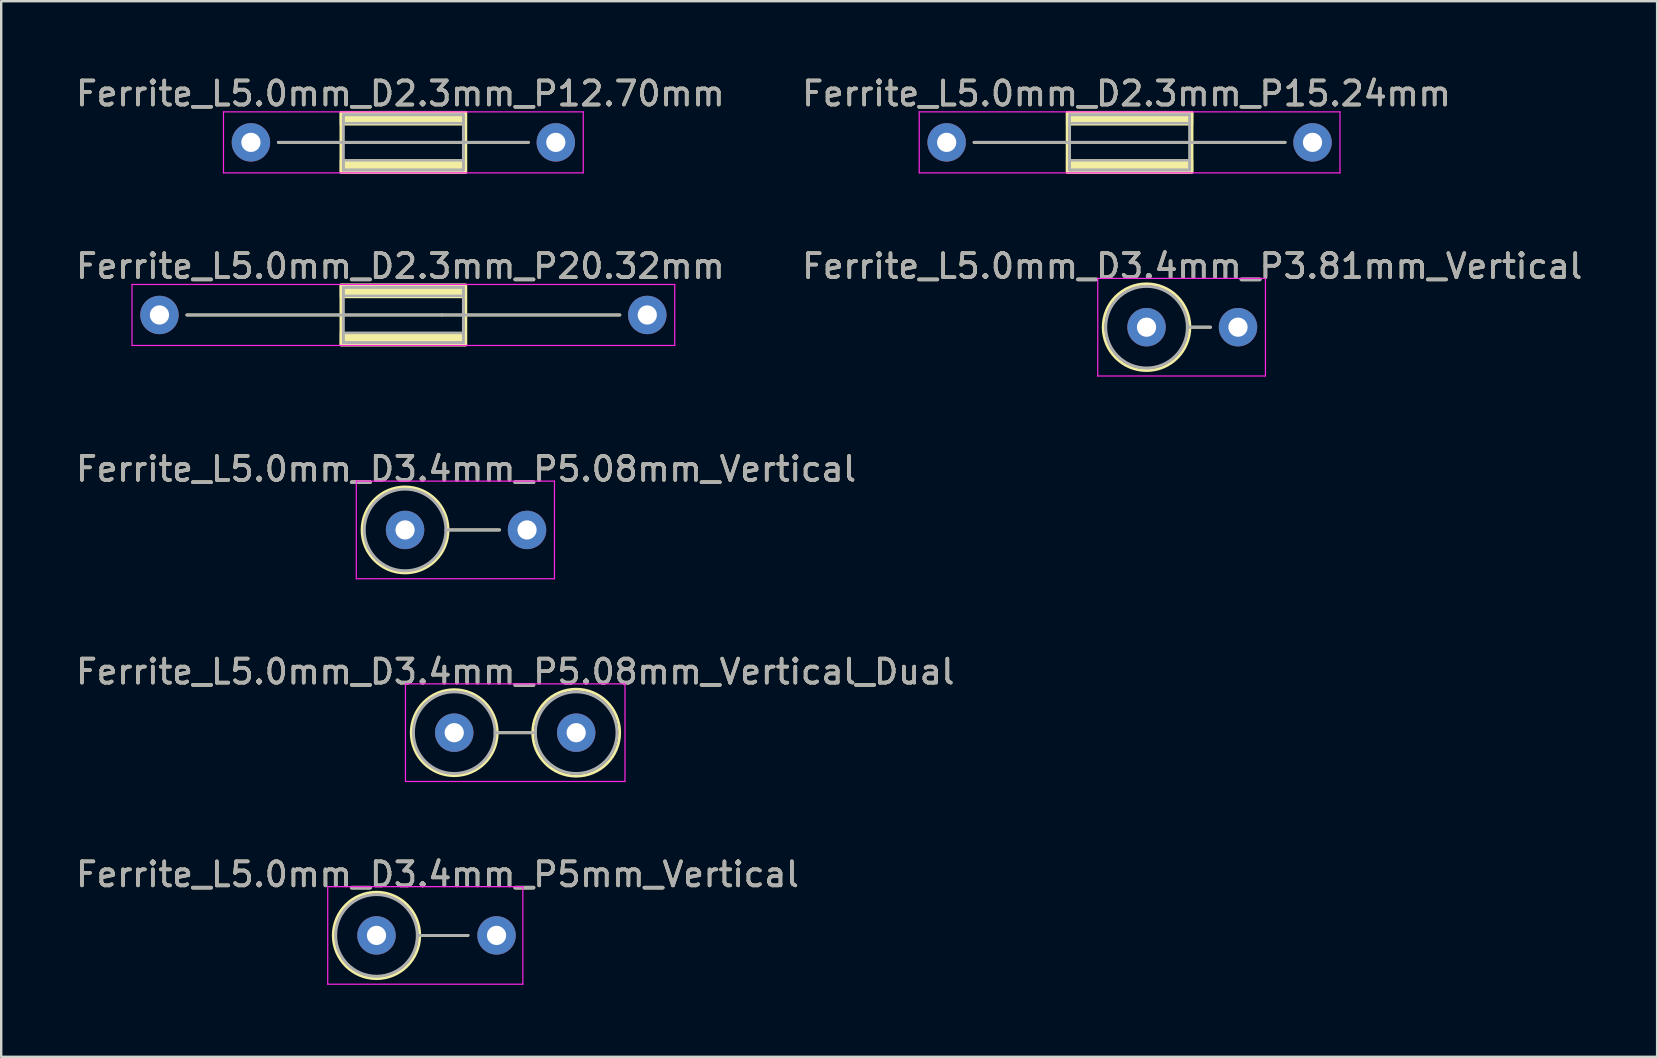
<source format=kicad_pcb>
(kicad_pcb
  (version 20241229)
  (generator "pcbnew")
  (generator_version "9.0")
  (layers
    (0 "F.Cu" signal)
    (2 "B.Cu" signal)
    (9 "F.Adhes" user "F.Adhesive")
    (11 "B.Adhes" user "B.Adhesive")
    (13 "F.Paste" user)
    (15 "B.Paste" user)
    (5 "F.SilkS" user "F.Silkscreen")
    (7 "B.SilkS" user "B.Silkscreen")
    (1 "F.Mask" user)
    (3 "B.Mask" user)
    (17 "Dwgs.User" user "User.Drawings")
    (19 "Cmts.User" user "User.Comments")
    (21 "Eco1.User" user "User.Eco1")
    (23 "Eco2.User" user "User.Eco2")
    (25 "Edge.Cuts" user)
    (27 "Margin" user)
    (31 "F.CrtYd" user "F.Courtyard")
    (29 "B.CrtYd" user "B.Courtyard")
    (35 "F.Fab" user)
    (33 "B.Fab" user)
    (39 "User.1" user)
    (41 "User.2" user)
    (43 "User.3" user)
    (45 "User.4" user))
  (footprint "Ferrite_L5.0mm_D2.3mm_P15.24mm"
    (layer "F.Cu")
    (at 36.382 2.88)
    (property "Reference" "Ferrite_L5.0mm_D2.3mm_P15.24mm" (at 7.493 -2.032 0) (layer "F.SilkS") (effects (font (size 1 1) (thickness 0.15))))
    (fp_line (start 9.234 0.000002) (end 1.143 0) (stroke (width 0.12) (type solid)) (layer "F.SilkS"))
    (fp_line (start 9.234 0.000002) (end 14.097 0) (stroke (width 0.12) (type solid)) (layer "F.SilkS"))
    (fp_rect (start 5.02 -1.25) (end 10.22 1.25) (stroke (width 0.12) (type solid)) (fill no) (layer "F.SilkS"))
    (fp_poly (pts (xy 5.02 0.75) (xy 10.22 0.75) (xy 10.22 1.25) (xy 5.02 1.25)) (stroke (width 0.1) (type solid)) (fill yes) (layer "F.SilkS"))
    (fp_poly (pts (xy 10.22 -0.75) (xy 5.02 -0.75) (xy 5.02 -1.25) (xy 10.22 -1.25)) (stroke (width 0.1) (type solid)) (fill yes) (layer "F.SilkS"))
    (fp_line (start -1.143 -1.27) (end 16.383 -1.27) (stroke (width 0.05) (type solid)) (layer "F.CrtYd"))
    (fp_line (start -1.143 1.27) (end -1.143 -1.27) (stroke (width 0.05) (type solid)) (layer "F.CrtYd"))
    (fp_line (start 16.383 -1.27) (end 16.383 1.27) (stroke (width 0.05) (type solid)) (layer "F.CrtYd"))
    (fp_line (start 16.383 1.27) (end -1.143 1.27) (stroke (width 0.05) (type solid)) (layer "F.CrtYd"))
    (fp_line (start 5.12 -1.15) (end 10.12 -1.15) (stroke (width 0.12) (type solid)) (layer "F.Fab"))
    (fp_line (start 5.12 1.15) (end 5.12 -1.15) (stroke (width 0.12) (type solid)) (layer "F.Fab"))
    (fp_line (start 9.234 0.000002) (end 1.143 0) (stroke (width 0.12) (type solid)) (layer "F.Fab"))
    (fp_line (start 9.234 0.000002) (end 14.097 0) (stroke (width 0.12) (type solid)) (layer "F.Fab"))
    (fp_line (start 10.12 -1.15) (end 10.12 1.15) (stroke (width 0.12) (type solid)) (layer "F.Fab"))
    (fp_line (start 10.12 1.15) (end 5.12 1.15) (stroke (width 0.12) (type solid)) (layer "F.Fab"))
    (fp_poly (pts (xy 5.12 0.75) (xy 10.12 0.75) (xy 10.12 1.15) (xy 5.12 1.15)) (stroke (width 0.1) (type solid)) (fill no) (layer "F.Fab"))
    (fp_poly (pts (xy 10.12 -0.8) (xy 5.12 -0.8) (xy 5.12 -1.15) (xy 10.12 -1.15)) (stroke (width 0.1) (type solid)) (fill no) (layer "F.Fab"))
    (fp_text user "${REFERENCE}" (at 7.493 -2.031 0) (layer "F.Fab") (effects (font (size 1 1) (thickness 0.15))))
    (pad "1" thru_hole circle (at 0 0) (size 1.6 1.6) (drill 0.8) (layers "*.Cu" "*.Mask"))
    (pad "2" thru_hole circle (at 15.24 0) (size 1.6 1.6) (drill 0.8) (layers "*.Cu" "*.Mask")))
  (footprint "Ferrite_L5.0mm_D2.3mm_P20.32mm"
    (layer "F.Cu")
    (at 3.592 10.07)
    (property "Reference" "Ferrite_L5.0mm_D2.3mm_P20.32mm" (at 10.033 -2.032 0) (layer "F.SilkS") (effects (font (size 1 1) (thickness 0.15))))
    (fp_line (start 11.774 0.000002) (end 1.143 0) (stroke (width 0.12) (type solid)) (layer "F.SilkS"))
    (fp_line (start 11.774 0.000002) (end 19.177 0) (stroke (width 0.12) (type solid)) (layer "F.SilkS"))
    (fp_rect (start 7.56 -1.25) (end 12.76 1.25) (stroke (width 0.12) (type solid)) (fill no) (layer "F.SilkS"))
    (fp_poly (pts (xy 7.56 0.75) (xy 12.76 0.75) (xy 12.76 1.25) (xy 7.56 1.25)) (stroke (width 0.1) (type solid)) (fill yes) (layer "F.SilkS"))
    (fp_poly (pts (xy 12.76 -0.75) (xy 7.56 -0.75) (xy 7.56 -1.25) (xy 12.76 -1.25)) (stroke (width 0.1) (type solid)) (fill yes) (layer "F.SilkS"))
    (fp_line (start -1.143 -1.27) (end 21.463 -1.27) (stroke (width 0.05) (type solid)) (layer "F.CrtYd"))
    (fp_line (start -1.143 1.27) (end -1.143 -1.27) (stroke (width 0.05) (type solid)) (layer "F.CrtYd"))
    (fp_line (start 21.463 -1.27) (end 21.463 1.27) (stroke (width 0.05) (type solid)) (layer "F.CrtYd"))
    (fp_line (start 21.463 1.27) (end -1.143 1.27) (stroke (width 0.05) (type solid)) (layer "F.CrtYd"))
    (fp_line (start 7.66 -1.15) (end 12.66 -1.15) (stroke (width 0.12) (type solid)) (layer "F.Fab"))
    (fp_line (start 7.66 1.15) (end 7.66 -1.15) (stroke (width 0.12) (type solid)) (layer "F.Fab"))
    (fp_line (start 11.774 0.000002) (end 1.143 0) (stroke (width 0.12) (type solid)) (layer "F.Fab"))
    (fp_line (start 11.774 0.000002) (end 19.177 0) (stroke (width 0.12) (type solid)) (layer "F.Fab"))
    (fp_line (start 12.66 -1.15) (end 12.66 1.15) (stroke (width 0.12) (type solid)) (layer "F.Fab"))
    (fp_line (start 12.66 1.15) (end 7.66 1.15) (stroke (width 0.12) (type solid)) (layer "F.Fab"))
    (fp_poly (pts (xy 7.66 0.75) (xy 12.66 0.75) (xy 12.66 1.15) (xy 7.66 1.15)) (stroke (width 0.1) (type solid)) (fill no) (layer "F.Fab"))
    (fp_poly (pts (xy 12.66 -0.8) (xy 7.66 -0.8) (xy 7.66 -1.15) (xy 12.66 -1.15)) (stroke (width 0.1) (type solid)) (fill no) (layer "F.Fab"))
    (fp_text user "${REFERENCE}" (at 10.033 -2.031 0) (layer "F.Fab") (effects (font (size 1 1) (thickness 0.15))))
    (pad "1" thru_hole circle (at 0 0) (size 1.6 1.6) (drill 0.8) (layers "*.Cu" "*.Mask"))
    (pad "2" thru_hole circle (at 20.32 0) (size 1.6 1.6) (drill 0.8) (layers "*.Cu" "*.Mask")))
  (footprint "Ferrite_L5.0mm_D3.4mm_P5.08mm_Vertical_Dual"
    (layer "F.Cu")
    (at 15.871 27.469)
    (property "Reference" "Ferrite_L5.0mm_D3.4mm_P5.08mm_Vertical_Dual" (at 2.54 -2.54 0) (layer "F.SilkS") (effects (font (size 1 1) (thickness 0.15))))
    (fp_line (start 1.79 0) (end 3.27 0) (stroke (width 0.12) (type solid)) (layer "F.SilkS"))
    (fp_circle (center 0 0) (end 1.79 0) (stroke (width 0.12) (type solid)) (fill no) (layer "F.SilkS"))
    (fp_circle (center 5.08 0) (end 6.89 0) (stroke (width 0.12) (type solid)) (fill no) (layer "F.SilkS"))
    (fp_line (start -2.032 -2.032) (end 7.112 -2.032) (stroke (width 0.05) (type solid)) (layer "F.CrtYd"))
    (fp_line (start -2.032 2.032) (end -2.032 -2.032) (stroke (width 0.05) (type solid)) (layer "F.CrtYd"))
    (fp_line (start 7.112 -2.032) (end 7.112 2.032) (stroke (width 0.05) (type solid)) (layer "F.CrtYd"))
    (fp_line (start 7.112 2.032) (end -2.032 2.032) (stroke (width 0.05) (type solid)) (layer "F.CrtYd"))
    (fp_line (start 1.7 0) (end 3.38 0) (stroke (width 0.12) (type solid)) (layer "F.Fab"))
    (fp_circle (center 0 0) (end 1.7 0) (stroke (width 0.12) (type solid)) (fill no) (layer "F.Fab"))
    (fp_circle (center 5.08 0) (end 6.78 0) (stroke (width 0.12) (type solid)) (fill no) (layer "F.Fab"))
    (fp_text user "${REFERENCE}" (at 2.54 -2.539 0) (layer "F.Fab") (effects (font (size 1 1) (thickness 0.15))))
    (pad "1" thru_hole circle (at 0 0) (size 1.6 1.6) (drill 0.8) (layers "*.Cu" "*.Mask"))
    (pad "2" thru_hole circle (at 5.08 0) (size 1.6 1.6) (drill 0.8) (layers "*.Cu" "*.Mask")))
  (footprint "Ferrite_L5.0mm_D2.3mm_P12.70mm"
    (layer "F.Cu")
    (at 7.402 2.88)
    (property "Reference" "Ferrite_L5.0mm_D2.3mm_P12.70mm" (at 6.223 -2.032 0) (layer "F.SilkS") (effects (font (size 1 1) (thickness 0.15))))
    (fp_line (start 7.964 0.000002) (end 1.143 0) (stroke (width 0.12) (type solid)) (layer "F.SilkS"))
    (fp_line (start 7.964 0.000002) (end 11.557 0) (stroke (width 0.12) (type solid)) (layer "F.SilkS"))
    (fp_rect (start 3.75 -1.25) (end 8.95 1.25) (stroke (width 0.12) (type solid)) (fill no) (layer "F.SilkS"))
    (fp_poly (pts (xy 3.75 0.75) (xy 8.95 0.75) (xy 8.95 1.25) (xy 3.75 1.25)) (stroke (width 0.1) (type solid)) (fill yes) (layer "F.SilkS"))
    (fp_poly (pts (xy 8.95 -0.75) (xy 3.75 -0.75) (xy 3.75 -1.25) (xy 8.95 -1.25)) (stroke (width 0.1) (type solid)) (fill yes) (layer "F.SilkS"))
    (fp_line (start -1.143 -1.27) (end 13.843 -1.27) (stroke (width 0.05) (type solid)) (layer "F.CrtYd"))
    (fp_line (start -1.143 1.27) (end -1.143 -1.27) (stroke (width 0.05) (type solid)) (layer "F.CrtYd"))
    (fp_line (start 13.843 -1.27) (end 13.843 1.27) (stroke (width 0.05) (type solid)) (layer "F.CrtYd"))
    (fp_line (start 13.843 1.27) (end -1.143 1.27) (stroke (width 0.05) (type solid)) (layer "F.CrtYd"))
    (fp_line (start 3.85 -1.15) (end 8.85 -1.15) (stroke (width 0.12) (type solid)) (layer "F.Fab"))
    (fp_line (start 3.85 1.15) (end 3.85 -1.15) (stroke (width 0.12) (type solid)) (layer "F.Fab"))
    (fp_line (start 7.964 0.000002) (end 1.143 0) (stroke (width 0.12) (type solid)) (layer "F.Fab"))
    (fp_line (start 7.964 0.000002) (end 11.557 0) (stroke (width 0.12) (type solid)) (layer "F.Fab"))
    (fp_line (start 8.85 -1.15) (end 8.85 1.15) (stroke (width 0.12) (type solid)) (layer "F.Fab"))
    (fp_line (start 8.85 1.15) (end 3.85 1.15) (stroke (width 0.12) (type solid)) (layer "F.Fab"))
    (fp_poly (pts (xy 3.85 0.75) (xy 8.85 0.75) (xy 8.85 1.15) (xy 3.85 1.15)) (stroke (width 0.1) (type solid)) (fill no) (layer "F.Fab"))
    (fp_poly (pts (xy 8.85 -0.8) (xy 3.85 -0.8) (xy 3.85 -1.15) (xy 8.85 -1.15)) (stroke (width 0.1) (type solid)) (fill no) (layer "F.Fab"))
    (fp_text user "${REFERENCE}" (at 6.223 -2.031 0) (layer "F.Fab") (effects (font (size 1 1) (thickness 0.15))))
    (pad "1" thru_hole circle (at 0 0) (size 1.6 1.6) (drill 0.8) (layers "*.Cu" "*.Mask"))
    (pad "2" thru_hole circle (at 12.7 0) (size 1.6 1.6) (drill 0.8) (layers "*.Cu" "*.Mask")))
  (footprint "Ferrite_L5.0mm_D3.4mm_P5.08mm_Vertical"
    (layer "F.Cu")
    (at 13.823 19.024)
    (property "Reference" "Ferrite_L5.0mm_D3.4mm_P5.08mm_Vertical" (at 2.54 -2.54 0) (layer "F.SilkS") (effects (font (size 1 1) (thickness 0.15))))
    (fp_line (start 1.79 0) (end 3.937 0) (stroke (width 0.12) (type solid)) (layer "F.SilkS"))
    (fp_circle (center 0 0) (end 1.79 0) (stroke (width 0.12) (type solid)) (fill no) (layer "F.SilkS"))
    (fp_line (start -2.032 -2.032) (end 6.223 -2.032) (stroke (width 0.05) (type solid)) (layer "F.CrtYd"))
    (fp_line (start -2.032 2.032) (end -2.032 -2.032) (stroke (width 0.05) (type solid)) (layer "F.CrtYd"))
    (fp_line (start 6.223 -2.032) (end 6.223 2.032) (stroke (width 0.05) (type solid)) (layer "F.CrtYd"))
    (fp_line (start 6.223 2.032) (end -2.032 2.032) (stroke (width 0.05) (type solid)) (layer "F.CrtYd"))
    (fp_line (start 1.7 0) (end 3.937 0) (stroke (width 0.12) (type solid)) (layer "F.Fab"))
    (fp_circle (center 0 0) (end 1.7 0) (stroke (width 0.12) (type solid)) (fill no) (layer "F.Fab"))
    (fp_text user "${REFERENCE}" (at 2.54 -2.539 0) (layer "F.Fab") (effects (font (size 1 1) (thickness 0.15))))
    (pad "1" thru_hole circle (at 0 0) (size 1.6 1.6) (drill 0.8) (layers "*.Cu" "*.Mask"))
    (pad "2" thru_hole circle (at 5.08 0) (size 1.6 1.6) (drill 0.8) (layers "*.Cu" "*.Mask")))
  (footprint "Ferrite_L5.0mm_D3.4mm_P3.81mm_Vertical"
    (layer "F.Cu")
    (at 44.708 10.579)
    (property "Reference" "Ferrite_L5.0mm_D3.4mm_P3.81mm_Vertical" (at 1.905 -2.54 0) (layer "F.SilkS") (effects (font (size 1 1) (thickness 0.15))))
    (fp_line (start 1.805 0) (end 2.667 0) (stroke (width 0.12) (type solid)) (layer "F.SilkS"))
    (fp_circle (center 0 0) (end 1.805 0) (stroke (width 0.12) (type solid)) (fill no) (layer "F.SilkS"))
    (fp_line (start -2.032 -2.032) (end 4.953 -2.032) (stroke (width 0.05) (type solid)) (layer "F.CrtYd"))
    (fp_line (start -2.032 2.032) (end -2.032 -2.032) (stroke (width 0.05) (type solid)) (layer "F.CrtYd"))
    (fp_line (start 4.953 -2.032) (end 4.953 2.032) (stroke (width 0.05) (type solid)) (layer "F.CrtYd"))
    (fp_line (start 4.953 2.032) (end -2.032 2.032) (stroke (width 0.05) (type solid)) (layer "F.CrtYd"))
    (fp_line (start 1.7 0) (end 2.667 0) (stroke (width 0.12) (type solid)) (layer "F.Fab"))
    (fp_circle (center 0 0) (end 1.7 0) (stroke (width 0.12) (type solid)) (fill no) (layer "F.Fab"))
    (fp_text user "${REFERENCE}" (at 1.905 -2.539 0) (layer "F.Fab") (effects (font (size 1 1) (thickness 0.15))))
    (pad "1" thru_hole circle (at 0 0) (size 1.6 1.6) (drill 0.8) (layers "*.Cu" "*.Mask"))
    (pad "2" thru_hole circle (at 3.81 0) (size 1.6 1.6) (drill 0.8) (layers "*.Cu" "*.Mask")))
  (footprint "Ferrite_L5.0mm_D3.4mm_P5mm_Vertical"
    (layer "F.Cu")
    (at 12.633 35.914)
    (property "Reference" "Ferrite_L5.0mm_D3.4mm_P5mm_Vertical" (at 2.54 -2.54 0) (layer "F.SilkS") (effects (font (size 1 1) (thickness 0.15))))
    (fp_line (start 1.8 0) (end 3.81 0) (stroke (width 0.12) (type solid)) (layer "F.SilkS"))
    (fp_circle (center 0 0) (end 1.8 0) (stroke (width 0.12) (type solid)) (fill no) (layer "F.SilkS"))
    (fp_line (start -2.032 -2.032) (end 6.096 -2.032) (stroke (width 0.05) (type solid)) (layer "F.CrtYd"))
    (fp_line (start -2.032 2.032) (end -2.032 -2.032) (stroke (width 0.05) (type solid)) (layer "F.CrtYd"))
    (fp_line (start 6.096 -2.032) (end 6.096 2.032) (stroke (width 0.05) (type solid)) (layer "F.CrtYd"))
    (fp_line (start 6.096 2.032) (end -2.032 2.032) (stroke (width 0.05) (type solid)) (layer "F.CrtYd"))
    (fp_line (start 1.7 0) (end 3.81 0) (stroke (width 0.12) (type solid)) (layer "F.Fab"))
    (fp_circle (center 0 0) (end 1.7 0) (stroke (width 0.12) (type solid)) (fill no) (layer "F.Fab"))
    (fp_text user "${REFERENCE}" (at 2.54 -2.539 0) (layer "F.Fab") (effects (font (size 1 1) (thickness 0.15))))
    (pad "1" thru_hole circle (at 0 0) (size 1.6 1.6) (drill 0.8) (layers "*.Cu" "*.Mask"))
    (pad "2" thru_hole circle (at 5 0) (size 1.6 1.6) (drill 0.8) (layers "*.Cu" "*.Mask")))
  (gr_rect
    (start -3 -3)
    (end 65.976 40.971)
    (stroke (width 0.1) (type default))
    (fill no)
    (layer "Edge.Cuts")))
</source>
